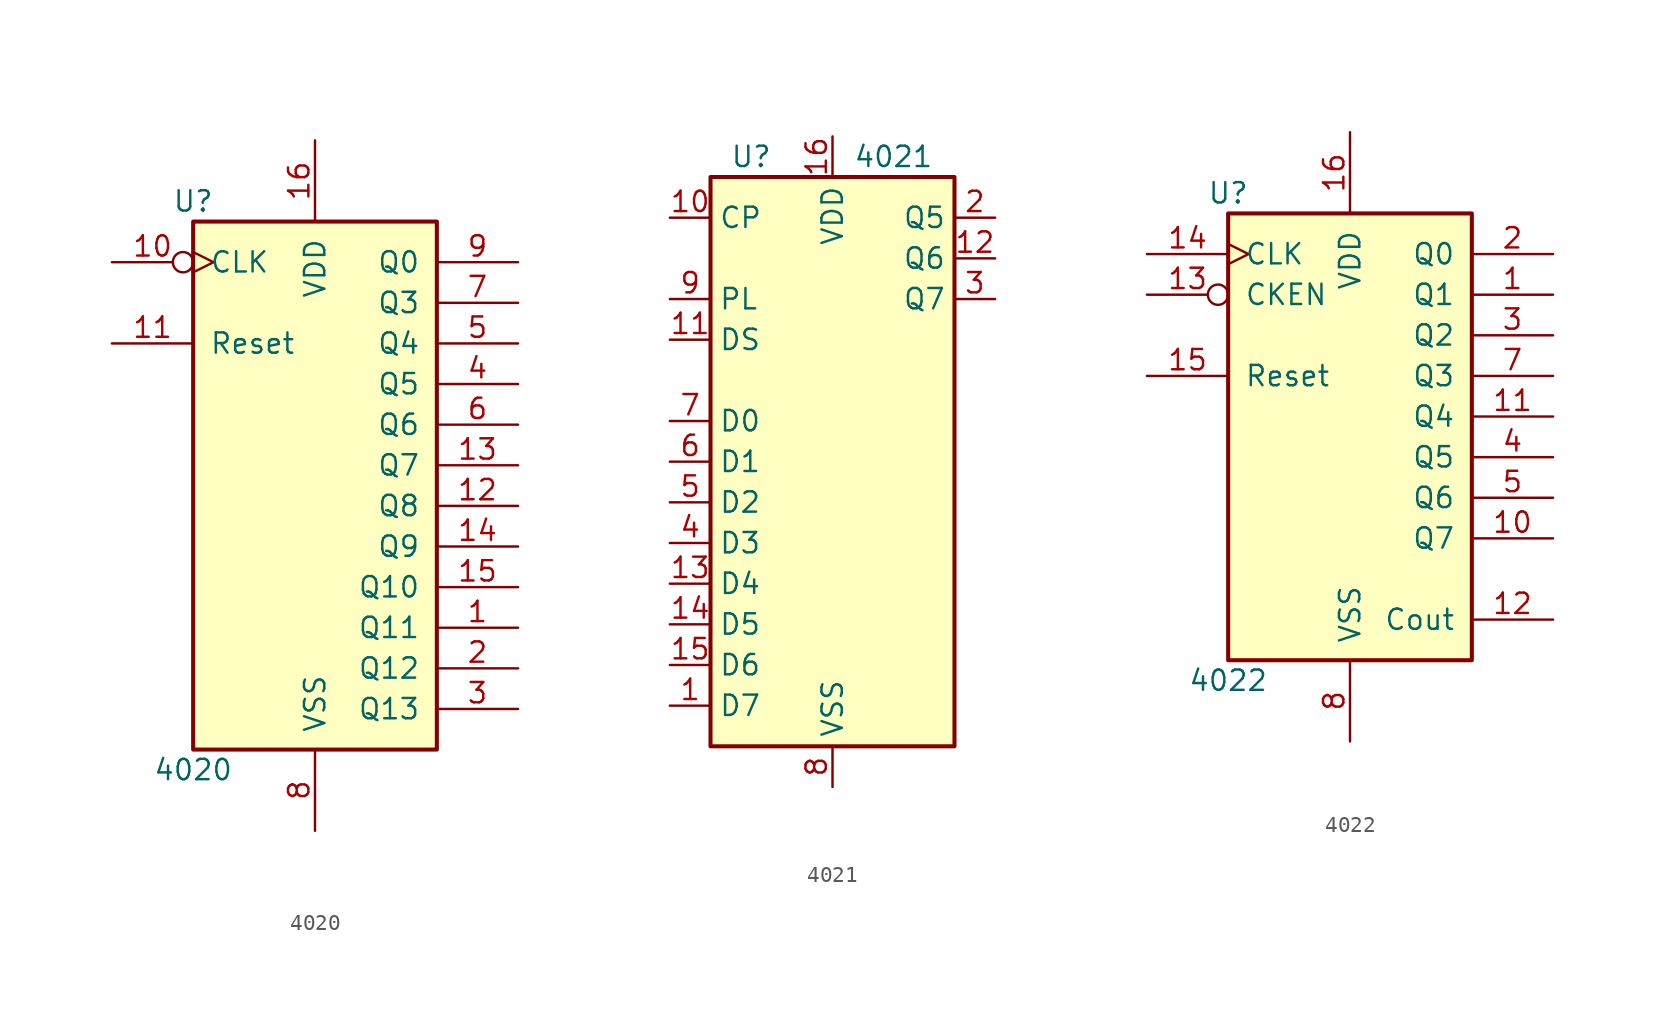
<source format=kicad_sym>
(kicad_symbol_lib
  (version 20200908)
  (generator kicad_symbol_editor)
  (symbol "4xxx:4020"
    (pin_names
      (offset 1.016))
    (property "Reference" "U"
      (at -7.62 16.51 0)
      (effects (font (size 1.27 1.27))))
    (property "Value" "4020"
      (at -7.62 -19.05 0)
      (effects (font (size 1.27 1.27))))
    (property "ki_locked" ""
      (at 0 0 0)
      (effects (font (size 1.27 1.27))))
    (symbol "4020_1_1"
      (rectangle (start -7.62 15.24) (end 7.62 -17.78) (stroke (width 0.254)) (fill (type background))))
    (symbol "4020_1_0"
      (pin output line (at 12.7 -10.16 180) (length 5.08) (name "Q11" (effects (font (size 1.27 1.27)))) (number "1" (effects (font (size 1.27 1.27)))))
      (pin input inverted_clock (at -12.7 12.7 0) (length 5.08) (name "CLK" (effects (font (size 1.27 1.27)))) (number "10" (effects (font (size 1.27 1.27)))))
      (pin input line (at -12.7 7.62 0) (length 5.08) (name "Reset" (effects (font (size 1.27 1.27)))) (number "11" (effects (font (size 1.27 1.27)))))
      (pin output line (at 12.7 -2.54 180) (length 5.08) (name "Q8" (effects (font (size 1.27 1.27)))) (number "12" (effects (font (size 1.27 1.27)))))
      (pin output line (at 12.7 0 180) (length 5.08) (name "Q7" (effects (font (size 1.27 1.27)))) (number "13" (effects (font (size 1.27 1.27)))))
      (pin output line (at 12.7 -5.08 180) (length 5.08) (name "Q9" (effects (font (size 1.27 1.27)))) (number "14" (effects (font (size 1.27 1.27)))))
      (pin output line (at 12.7 -7.62 180) (length 5.08) (name "Q10" (effects (font (size 1.27 1.27)))) (number "15" (effects (font (size 1.27 1.27)))))
      (pin power_in line (at 0 20.32 270) (length 5.08) (name "VDD" (effects (font (size 1.27 1.27)))) (number "16" (effects (font (size 1.27 1.27)))))
      (pin output line (at 12.7 -12.7 180) (length 5.08) (name "Q12" (effects (font (size 1.27 1.27)))) (number "2" (effects (font (size 1.27 1.27)))))
      (pin output line (at 12.7 -15.24 180) (length 5.08) (name "Q13" (effects (font (size 1.27 1.27)))) (number "3" (effects (font (size 1.27 1.27)))))
      (pin output line (at 12.7 5.08 180) (length 5.08) (name "Q5" (effects (font (size 1.27 1.27)))) (number "4" (effects (font (size 1.27 1.27)))))
      (pin output line (at 12.7 7.62 180) (length 5.08) (name "Q4" (effects (font (size 1.27 1.27)))) (number "5" (effects (font (size 1.27 1.27)))))
      (pin output line (at 12.7 2.54 180) (length 5.08) (name "Q6" (effects (font (size 1.27 1.27)))) (number "6" (effects (font (size 1.27 1.27)))))
      (pin output line (at 12.7 10.16 180) (length 5.08) (name "Q3" (effects (font (size 1.27 1.27)))) (number "7" (effects (font (size 1.27 1.27)))))
      (pin power_in line (at 0 -22.86 90) (length 5.08) (name "VSS" (effects (font (size 1.27 1.27)))) (number "8" (effects (font (size 1.27 1.27)))))
      (pin output line (at 12.7 12.7 180) (length 5.08) (name "Q0" (effects (font (size 1.27 1.27)))) (number "9" (effects (font (size 1.27 1.27)))))))
  (symbol "4xxx:4021"
    (property "Reference" "U"
      (at -5.08 19.05 0)
      (effects (font (size 1.27 1.27))))
    (property "Value" "4021"
      (at 3.81 19.05 0)
      (effects (font (size 1.27 1.27))))
    (symbol "4021_0_1"
      (rectangle (start -7.62 17.78) (end 7.62 -17.78) (stroke (width 0.254)) (fill (type background))))
    (symbol "4021_1_1"
      (pin input line (at -10.16 -15.24 0) (length 2.54) (name "D7" (effects (font (size 1.27 1.27)))) (number "1" (effects (font (size 1.27 1.27)))))
      (pin input line (at -10.16 15.24 0) (length 2.54) (name "CP" (effects (font (size 1.27 1.27)))) (number "10" (effects (font (size 1.27 1.27)))))
      (pin input line (at -10.16 7.62 0) (length 2.54) (name "DS" (effects (font (size 1.27 1.27)))) (number "11" (effects (font (size 1.27 1.27)))))
      (pin output line (at 10.16 12.7 180) (length 2.54) (name "Q6" (effects (font (size 1.27 1.27)))) (number "12" (effects (font (size 1.27 1.27)))))
      (pin input line (at -10.16 -7.62 0) (length 2.54) (name "D4" (effects (font (size 1.27 1.27)))) (number "13" (effects (font (size 1.27 1.27)))))
      (pin input line (at -10.16 -10.16 0) (length 2.54) (name "D5" (effects (font (size 1.27 1.27)))) (number "14" (effects (font (size 1.27 1.27)))))
      (pin input line (at -10.16 -12.7 0) (length 2.54) (name "D6" (effects (font (size 1.27 1.27)))) (number "15" (effects (font (size 1.27 1.27)))))
      (pin power_in line (at 0 20.32 270) (length 2.54) (name "VDD" (effects (font (size 1.27 1.27)))) (number "16" (effects (font (size 1.27 1.27)))))
      (pin output line (at 10.16 15.24 180) (length 2.54) (name "Q5" (effects (font (size 1.27 1.27)))) (number "2" (effects (font (size 1.27 1.27)))))
      (pin output line (at 10.16 10.16 180) (length 2.54) (name "Q7" (effects (font (size 1.27 1.27)))) (number "3" (effects (font (size 1.27 1.27)))))
      (pin input line (at -10.16 -5.08 0) (length 2.54) (name "D3" (effects (font (size 1.27 1.27)))) (number "4" (effects (font (size 1.27 1.27)))))
      (pin input line (at -10.16 -2.54 0) (length 2.54) (name "D2" (effects (font (size 1.27 1.27)))) (number "5" (effects (font (size 1.27 1.27)))))
      (pin input line (at -10.16 0 0) (length 2.54) (name "D1" (effects (font (size 1.27 1.27)))) (number "6" (effects (font (size 1.27 1.27)))))
      (pin input line (at -10.16 2.54 0) (length 2.54) (name "D0" (effects (font (size 1.27 1.27)))) (number "7" (effects (font (size 1.27 1.27)))))
      (pin power_in line (at 0 -20.32 90) (length 2.54) (name "VSS" (effects (font (size 1.27 1.27)))) (number "8" (effects (font (size 1.27 1.27)))))
      (pin input line (at -10.16 10.16 0) (length 2.54) (name "PL" (effects (font (size 1.27 1.27)))) (number "9" (effects (font (size 1.27 1.27)))))))
  (symbol "4xxx:4022"
    (pin_names
      (offset 1.016))
    (property "Reference" "U"
      (at -7.62 13.97 0)
      (effects (font (size 1.27 1.27))))
    (property "Value" "4022"
      (at -7.62 -16.51 0)
      (effects (font (size 1.27 1.27))))
    (property "ki_locked" ""
      (at 0 0 0)
      (effects (font (size 1.27 1.27))))
    (symbol "4022_1_1"
      (rectangle (start -7.62 12.7) (end 7.62 -15.24) (stroke (width 0.254)) (fill (type background))))
    (symbol "4022_1_0"
      (pin output line (at 12.7 7.62 180) (length 5.08) (name "Q1" (effects (font (size 1.27 1.27)))) (number "1" (effects (font (size 1.27 1.27)))))
      (pin output line (at 12.7 -7.62 180) (length 5.08) (name "Q7" (effects (font (size 1.27 1.27)))) (number "10" (effects (font (size 1.27 1.27)))))
      (pin output line (at 12.7 0 180) (length 5.08) (name "Q4" (effects (font (size 1.27 1.27)))) (number "11" (effects (font (size 1.27 1.27)))))
      (pin output line (at 12.7 -12.7 180) (length 5.08) (name "Cout" (effects (font (size 1.27 1.27)))) (number "12" (effects (font (size 1.27 1.27)))))
      (pin input inverted (at -12.7 7.62 0) (length 5.08) (name "CKEN" (effects (font (size 1.27 1.27)))) (number "13" (effects (font (size 1.27 1.27)))))
      (pin input clock (at -12.7 10.16 0) (length 5.08) (name "CLK" (effects (font (size 1.27 1.27)))) (number "14" (effects (font (size 1.27 1.27)))))
      (pin input line (at -12.7 2.54 0) (length 5.08) (name "Reset" (effects (font (size 1.27 1.27)))) (number "15" (effects (font (size 1.27 1.27)))))
      (pin power_in line (at 0 17.78 270) (length 5.08) (name "VDD" (effects (font (size 1.27 1.27)))) (number "16" (effects (font (size 1.27 1.27)))))
      (pin output line (at 12.7 10.16 180) (length 5.08) (name "Q0" (effects (font (size 1.27 1.27)))) (number "2" (effects (font (size 1.27 1.27)))))
      (pin output line (at 12.7 5.08 180) (length 5.08) (name "Q2" (effects (font (size 1.27 1.27)))) (number "3" (effects (font (size 1.27 1.27)))))
      (pin output line (at 12.7 -2.54 180) (length 5.08) (name "Q5" (effects (font (size 1.27 1.27)))) (number "4" (effects (font (size 1.27 1.27)))))
      (pin output line (at 12.7 -5.08 180) (length 5.08) (name "Q6" (effects (font (size 1.27 1.27)))) (number "5" (effects (font (size 1.27 1.27)))))
      (pin output line (at 12.7 2.54 180) (length 5.08) (name "Q3" (effects (font (size 1.27 1.27)))) (number "7" (effects (font (size 1.27 1.27)))))
      (pin power_in line (at 0 -20.32 90) (length 5.08) (name "VSS" (effects (font (size 1.27 1.27)))) (number "8" (effects (font (size 1.27 1.27))))))))
</source>
